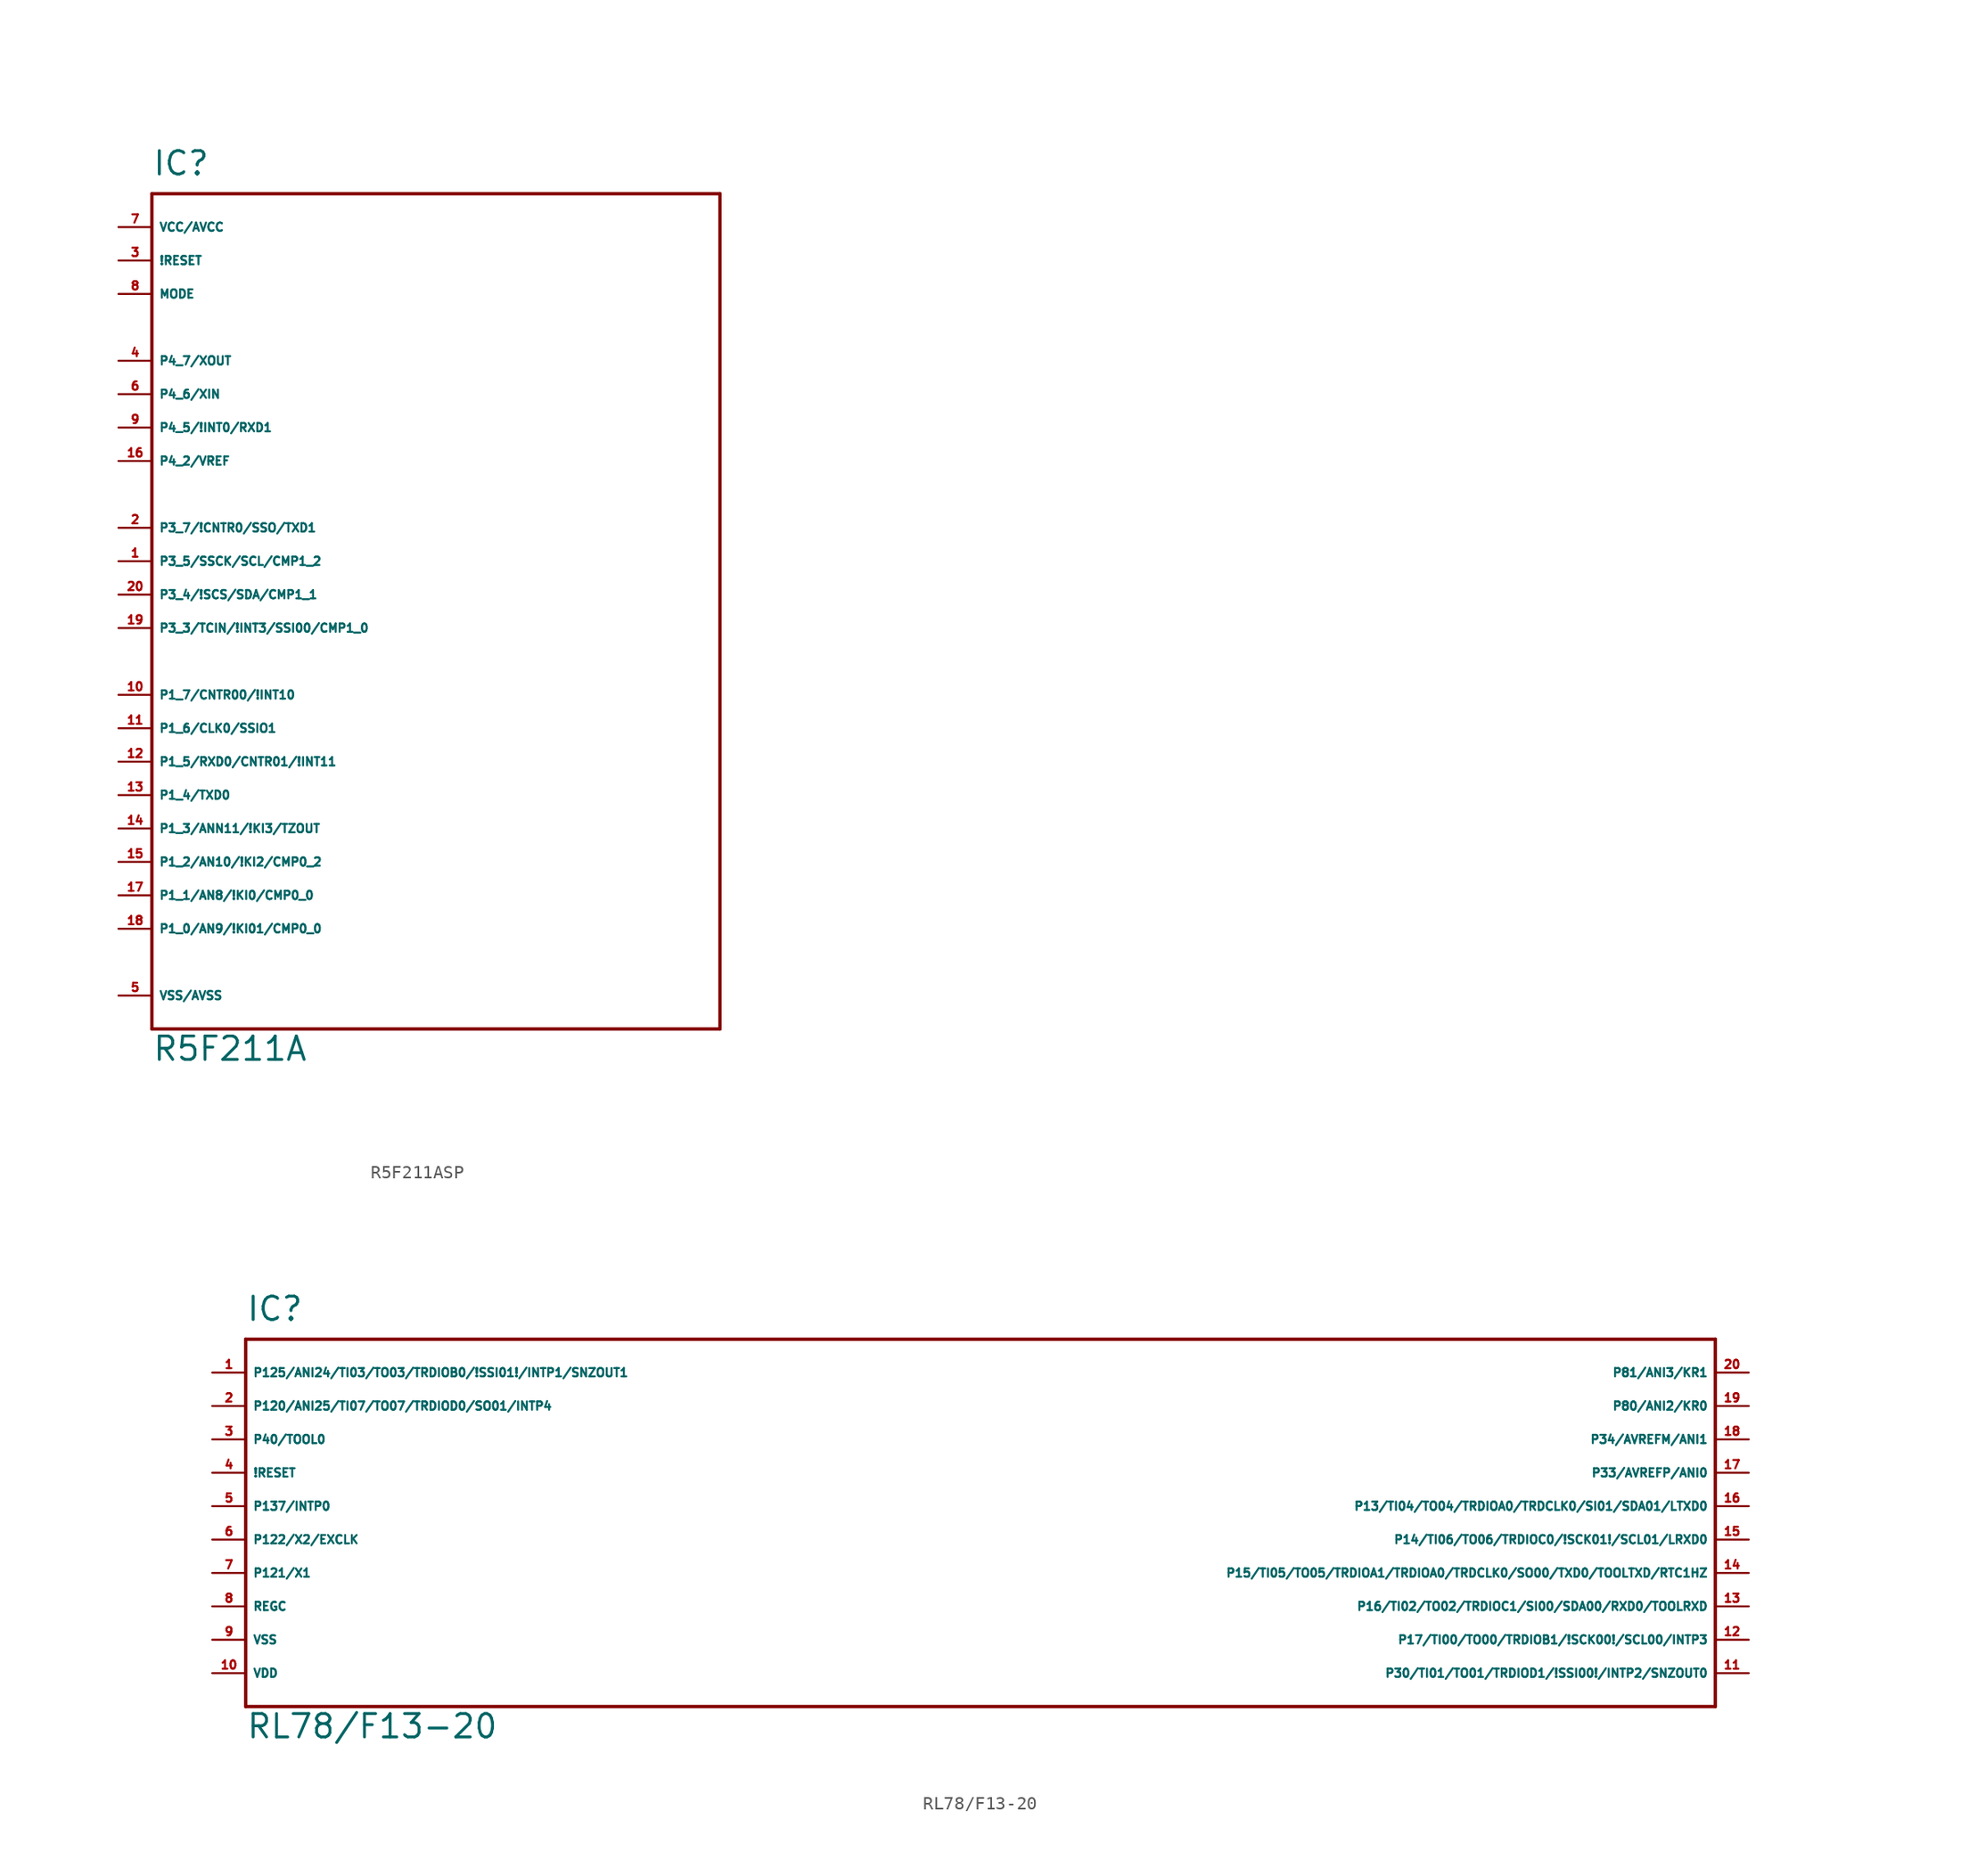
<source format=kicad_sym>
(kicad_symbol_lib
  (version 20220914)
  (generator Eagle2Kicad)
  (symbol "R5F211ASP"
    (property "Reference" "IC"
      (at -22.86 34.29 0)
      (effects (font (size 1.778 1.778) (thickness 0.22)) (justify left bottom)))
    (property "Value" "R5F211A"
      (at -22.86 -33.02 0)
      (effects (font (size 1.778 1.778) (thickness 0.22)) (justify left bottom)))
    (polyline
      (pts (xy -22.86 33.02) (xy 20.32 33.02))
      (stroke (width 0.254) (type default))
      (fill (type none)))
    (polyline
      (pts (xy 20.32 33.02) (xy 20.32 -30.48))
      (stroke (width 0.254) (type default))
      (fill (type none)))
    (polyline
      (pts (xy 20.32 -30.48) (xy -22.86 -30.48))
      (stroke (width 0.254) (type default))
      (fill (type none)))
    (polyline
      (pts (xy -22.86 -30.48) (xy -22.86 33.02))
      (stroke (width 0.254) (type default))
      (fill (type none)))
    (pin bidirectional line
      (at -25.4 20.32 0)
      (length 2.54)
      (name "P4_7/XOUT" (effects (font (size 0.635 0.635) (thickness 0.08)) (justify left bottom)))
      (number "4" (effects (font (size 0.635 0.635) (thickness 0.08)) (justify left bottom))))
    (pin input line
      (at -25.4 -27.94 0)
      (length 2.54)
      (name "VSS/AVSS" (effects (font (size 0.635 0.635) (thickness 0.08)) (justify left bottom)))
      (number "5" (effects (font (size 0.635 0.635) (thickness 0.08)) (justify left bottom))))
    (pin bidirectional line
      (at -25.4 17.78 0)
      (length 2.54)
      (name "P4_6/XIN" (effects (font (size 0.635 0.635) (thickness 0.08)) (justify left bottom)))
      (number "6" (effects (font (size 0.635 0.635) (thickness 0.08)) (justify left bottom))))
    (pin input line
      (at -25.4 30.48 0)
      (length 2.54)
      (name "VCC/AVCC" (effects (font (size 0.635 0.635) (thickness 0.08)) (justify left bottom)))
      (number "7" (effects (font (size 0.635 0.635) (thickness 0.08)) (justify left bottom))))
    (pin input line
      (at -25.4 25.4 0)
      (length 2.54)
      (name "MODE" (effects (font (size 0.635 0.635) (thickness 0.08)) (justify left bottom)))
      (number "8" (effects (font (size 0.635 0.635) (thickness 0.08)) (justify left bottom))))
    (pin bidirectional line
      (at -25.4 15.24 0)
      (length 2.54)
      (name "P4_5/!INT0/RXD1" (effects (font (size 0.635 0.635) (thickness 0.08)) (justify left bottom)))
      (number "9" (effects (font (size 0.635 0.635) (thickness 0.08)) (justify left bottom))))
    (pin bidirectional line
      (at -25.4 -5.08 0)
      (length 2.54)
      (name "P1_7/CNTR00/!INT10" (effects (font (size 0.635 0.635) (thickness 0.08)) (justify left bottom)))
      (number "10" (effects (font (size 0.635 0.635) (thickness 0.08)) (justify left bottom))))
    (pin bidirectional line
      (at -25.4 -7.62 0)
      (length 2.54)
      (name "P1_6/CLK0/SSIO1" (effects (font (size 0.635 0.635) (thickness 0.08)) (justify left bottom)))
      (number "11" (effects (font (size 0.635 0.635) (thickness 0.08)) (justify left bottom))))
    (pin bidirectional line
      (at -25.4 -10.16 0)
      (length 2.54)
      (name "P1_5/RXD0/CNTR01/!INT11" (effects (font (size 0.635 0.635) (thickness 0.08)) (justify left bottom)))
      (number "12" (effects (font (size 0.635 0.635) (thickness 0.08)) (justify left bottom))))
    (pin bidirectional line
      (at -25.4 -12.7 0)
      (length 2.54)
      (name "P1_4/TXD0" (effects (font (size 0.635 0.635) (thickness 0.08)) (justify left bottom)))
      (number "13" (effects (font (size 0.635 0.635) (thickness 0.08)) (justify left bottom))))
    (pin bidirectional line
      (at -25.4 -15.24 0)
      (length 2.54)
      (name "P1_3/ANN11/!KI3/TZOUT" (effects (font (size 0.635 0.635) (thickness 0.08)) (justify left bottom)))
      (number "14" (effects (font (size 0.635 0.635) (thickness 0.08)) (justify left bottom))))
    (pin bidirectional line
      (at -25.4 -17.78 0)
      (length 2.54)
      (name "P1_2/AN10/!KI2/CMP0_2" (effects (font (size 0.635 0.635) (thickness 0.08)) (justify left bottom)))
      (number "15" (effects (font (size 0.635 0.635) (thickness 0.08)) (justify left bottom))))
    (pin input line
      (at -25.4 12.7 0)
      (length 2.54)
      (name "P4_2/VREF" (effects (font (size 0.635 0.635) (thickness 0.08)) (justify left bottom)))
      (number "16" (effects (font (size 0.635 0.635) (thickness 0.08)) (justify left bottom))))
    (pin bidirectional line
      (at -25.4 -20.32 0)
      (length 2.54)
      (name "P1_1/AN8/!KI0/CMP0_0" (effects (font (size 0.635 0.635) (thickness 0.08)) (justify left bottom)))
      (number "17" (effects (font (size 0.635 0.635) (thickness 0.08)) (justify left bottom))))
    (pin bidirectional line
      (at -25.4 -22.86 0)
      (length 2.54)
      (name "P1_0/AN9/!KI01/CMP0_0" (effects (font (size 0.635 0.635) (thickness 0.08)) (justify left bottom)))
      (number "18" (effects (font (size 0.635 0.635) (thickness 0.08)) (justify left bottom))))
    (pin bidirectional line
      (at -25.4 0 0)
      (length 2.54)
      (name "P3_3/TCIN/!INT3/SSI00/CMP1_0" (effects (font (size 0.635 0.635) (thickness 0.08)) (justify left bottom)))
      (number "19" (effects (font (size 0.635 0.635) (thickness 0.08)) (justify left bottom))))
    (pin bidirectional line
      (at -25.4 2.54 0)
      (length 2.54)
      (name "P3_4/!SCS/SDA/CMP1_1" (effects (font (size 0.635 0.635) (thickness 0.08)) (justify left bottom)))
      (number "20" (effects (font (size 0.635 0.635) (thickness 0.08)) (justify left bottom))))
    (pin bidirectional line
      (at -25.4 5.08 0)
      (length 2.54)
      (name "P3_5/SSCK/SCL/CMP1_2" (effects (font (size 0.635 0.635) (thickness 0.08)) (justify left bottom)))
      (number "1" (effects (font (size 0.635 0.635) (thickness 0.08)) (justify left bottom))))
    (pin bidirectional line
      (at -25.4 7.62 0)
      (length 2.54)
      (name "P3_7/!CNTR0/SSO/TXD1" (effects (font (size 0.635 0.635) (thickness 0.08)) (justify left bottom)))
      (number "2" (effects (font (size 0.635 0.635) (thickness 0.08)) (justify left bottom))))
    (pin input line
      (at -25.4 27.94 0)
      (length 2.54)
      (name "!RESET" (effects (font (size 0.635 0.635) (thickness 0.08)) (justify left bottom)))
      (number "3" (effects (font (size 0.635 0.635) (thickness 0.08)) (justify left bottom)))))
  (symbol "RL78/F13-20"
    (property "Reference" "IC"
      (at -55.88 13.97 0)
      (effects (font (size 1.778 1.778) (thickness 0.22)) (justify left bottom)))
    (property "Value" "RL78/F13-20"
      (at -55.88 -17.78 0)
      (effects (font (size 1.778 1.778) (thickness 0.22)) (justify left bottom)))
    (polyline
      (pts (xy 55.88 12.7) (xy -55.88 12.7))
      (stroke (width 0.254) (type default))
      (fill (type none)))
    (polyline
      (pts (xy -55.88 12.7) (xy -55.88 -15.24))
      (stroke (width 0.254) (type default))
      (fill (type none)))
    (polyline
      (pts (xy -55.88 -15.24) (xy 55.88 -15.24))
      (stroke (width 0.254) (type default))
      (fill (type none)))
    (polyline
      (pts (xy 55.88 -15.24) (xy 55.88 12.7))
      (stroke (width 0.254) (type default))
      (fill (type none)))
    (pin bidirectional line
      (at -58.42 5.08 0)
      (length 2.54)
      (name "P40/TOOL0" (effects (font (size 0.635 0.635) (thickness 0.08)) (justify left bottom)))
      (number "3" (effects (font (size 0.635 0.635) (thickness 0.08)) (justify left bottom))))
    (pin input line
      (at -58.42 2.54 0)
      (length 2.54)
      (name "!RESET" (effects (font (size 0.635 0.635) (thickness 0.08)) (justify left bottom)))
      (number "4" (effects (font (size 0.635 0.635) (thickness 0.08)) (justify left bottom))))
    (pin input line
      (at -58.42 0 0)
      (length 2.54)
      (name "P137/INTP0" (effects (font (size 0.635 0.635) (thickness 0.08)) (justify left bottom)))
      (number "5" (effects (font (size 0.635 0.635) (thickness 0.08)) (justify left bottom))))
    (pin input line
      (at -58.42 -2.54 0)
      (length 2.54)
      (name "P122/X2/EXCLK" (effects (font (size 0.635 0.635) (thickness 0.08)) (justify left bottom)))
      (number "6" (effects (font (size 0.635 0.635) (thickness 0.08)) (justify left bottom))))
    (pin input line
      (at -58.42 -5.08 0)
      (length 2.54)
      (name "P121/X1" (effects (font (size 0.635 0.635) (thickness 0.08)) (justify left bottom)))
      (number "7" (effects (font (size 0.635 0.635) (thickness 0.08)) (justify left bottom))))
    (pin passive line
      (at -58.42 -7.62 0)
      (length 2.54)
      (name "REGC" (effects (font (size 0.635 0.635) (thickness 0.08)) (justify left bottom)))
      (number "8" (effects (font (size 0.635 0.635) (thickness 0.08)) (justify left bottom))))
    (pin unspecified line
      (at -58.42 -10.16 0)
      (length 2.54)
      (name "VSS" (effects (font (size 0.635 0.635) (thickness 0.08)) (justify left bottom)))
      (number "9" (effects (font (size 0.635 0.635) (thickness 0.08)) (justify left bottom))))
    (pin unspecified line
      (at -58.42 -12.7 0)
      (length 2.54)
      (name "VDD" (effects (font (size 0.635 0.635) (thickness 0.08)) (justify left bottom)))
      (number "10" (effects (font (size 0.635 0.635) (thickness 0.08)) (justify left bottom))))
    (pin bidirectional line
      (at 58.42 7.62 180)
      (length 2.54)
      (name "P80/ANI2/KR0" (effects (font (size 0.635 0.635) (thickness 0.08)) (justify left bottom)))
      (number "19" (effects (font (size 0.635 0.635) (thickness 0.08)) (justify left bottom))))
    (pin bidirectional line
      (at 58.42 10.16 180)
      (length 2.54)
      (name "P81/ANI3/KR1" (effects (font (size 0.635 0.635) (thickness 0.08)) (justify left bottom)))
      (number "20" (effects (font (size 0.635 0.635) (thickness 0.08)) (justify left bottom))))
    (pin bidirectional line
      (at 58.42 -12.7 180)
      (length 2.54)
      (name "P30/TI01/TO01/TRDIOD1/!SSI00!/INTP2/SNZOUT0" (effects (font (size 0.635 0.635) (thickness 0.08)) (justify left bottom)))
      (number "11" (effects (font (size 0.635 0.635) (thickness 0.08)) (justify left bottom))))
    (pin bidirectional line
      (at 58.42 -10.16 180)
      (length 2.54)
      (name "P17/TI00/TO00/TRDIOB1/!SCK00!/SCL00/INTP3" (effects (font (size 0.635 0.635) (thickness 0.08)) (justify left bottom)))
      (number "12" (effects (font (size 0.635 0.635) (thickness 0.08)) (justify left bottom))))
    (pin bidirectional line
      (at 58.42 -7.62 180)
      (length 2.54)
      (name "P16/TI02/TO02/TRDIOC1/SI00/SDA00/RXD0/TOOLRXD" (effects (font (size 0.635 0.635) (thickness 0.08)) (justify left bottom)))
      (number "13" (effects (font (size 0.635 0.635) (thickness 0.08)) (justify left bottom))))
    (pin bidirectional line
      (at 58.42 -5.08 180)
      (length 2.54)
      (name "P15/TI05/TO05/TRDIOA1/TRDIOA0/TRDCLK0/SO00/TXD0/TOOLTXD/RTC1HZ" (effects (font (size 0.635 0.635) (thickness 0.08)) (justify left bottom)))
      (number "14" (effects (font (size 0.635 0.635) (thickness 0.08)) (justify left bottom))))
    (pin bidirectional line
      (at 58.42 -2.54 180)
      (length 2.54)
      (name "P14/TI06/TO06/TRDIOC0/!SCK01!/SCL01/LRXD0" (effects (font (size 0.635 0.635) (thickness 0.08)) (justify left bottom)))
      (number "15" (effects (font (size 0.635 0.635) (thickness 0.08)) (justify left bottom))))
    (pin bidirectional line
      (at 58.42 0 180)
      (length 2.54)
      (name "P13/TI04/TO04/TRDIOA0/TRDCLK0/SI01/SDA01/LTXD0" (effects (font (size 0.635 0.635) (thickness 0.08)) (justify left bottom)))
      (number "16" (effects (font (size 0.635 0.635) (thickness 0.08)) (justify left bottom))))
    (pin bidirectional line
      (at 58.42 2.54 180)
      (length 2.54)
      (name "P33/AVREFP/ANI0" (effects (font (size 0.635 0.635) (thickness 0.08)) (justify left bottom)))
      (number "17" (effects (font (size 0.635 0.635) (thickness 0.08)) (justify left bottom))))
    (pin bidirectional line
      (at 58.42 5.08 180)
      (length 2.54)
      (name "P34/AVREFM/ANI1" (effects (font (size 0.635 0.635) (thickness 0.08)) (justify left bottom)))
      (number "18" (effects (font (size 0.635 0.635) (thickness 0.08)) (justify left bottom))))
    (pin bidirectional line
      (at -58.42 10.16 0)
      (length 2.54)
      (name "P125/ANI24/TI03/TO03/TRDIOB0/!SSI01!/INTP1/SNZOUT1" (effects (font (size 0.635 0.635) (thickness 0.08)) (justify left bottom)))
      (number "1" (effects (font (size 0.635 0.635) (thickness 0.08)) (justify left bottom))))
    (pin bidirectional line
      (at -58.42 7.62 0)
      (length 2.54)
      (name "P120/ANI25/TI07/TO07/TRDIOD0/SO01/INTP4" (effects (font (size 0.635 0.635) (thickness 0.08)) (justify left bottom)))
      (number "2" (effects (font (size 0.635 0.635) (thickness 0.08)) (justify left bottom))))))
</source>
